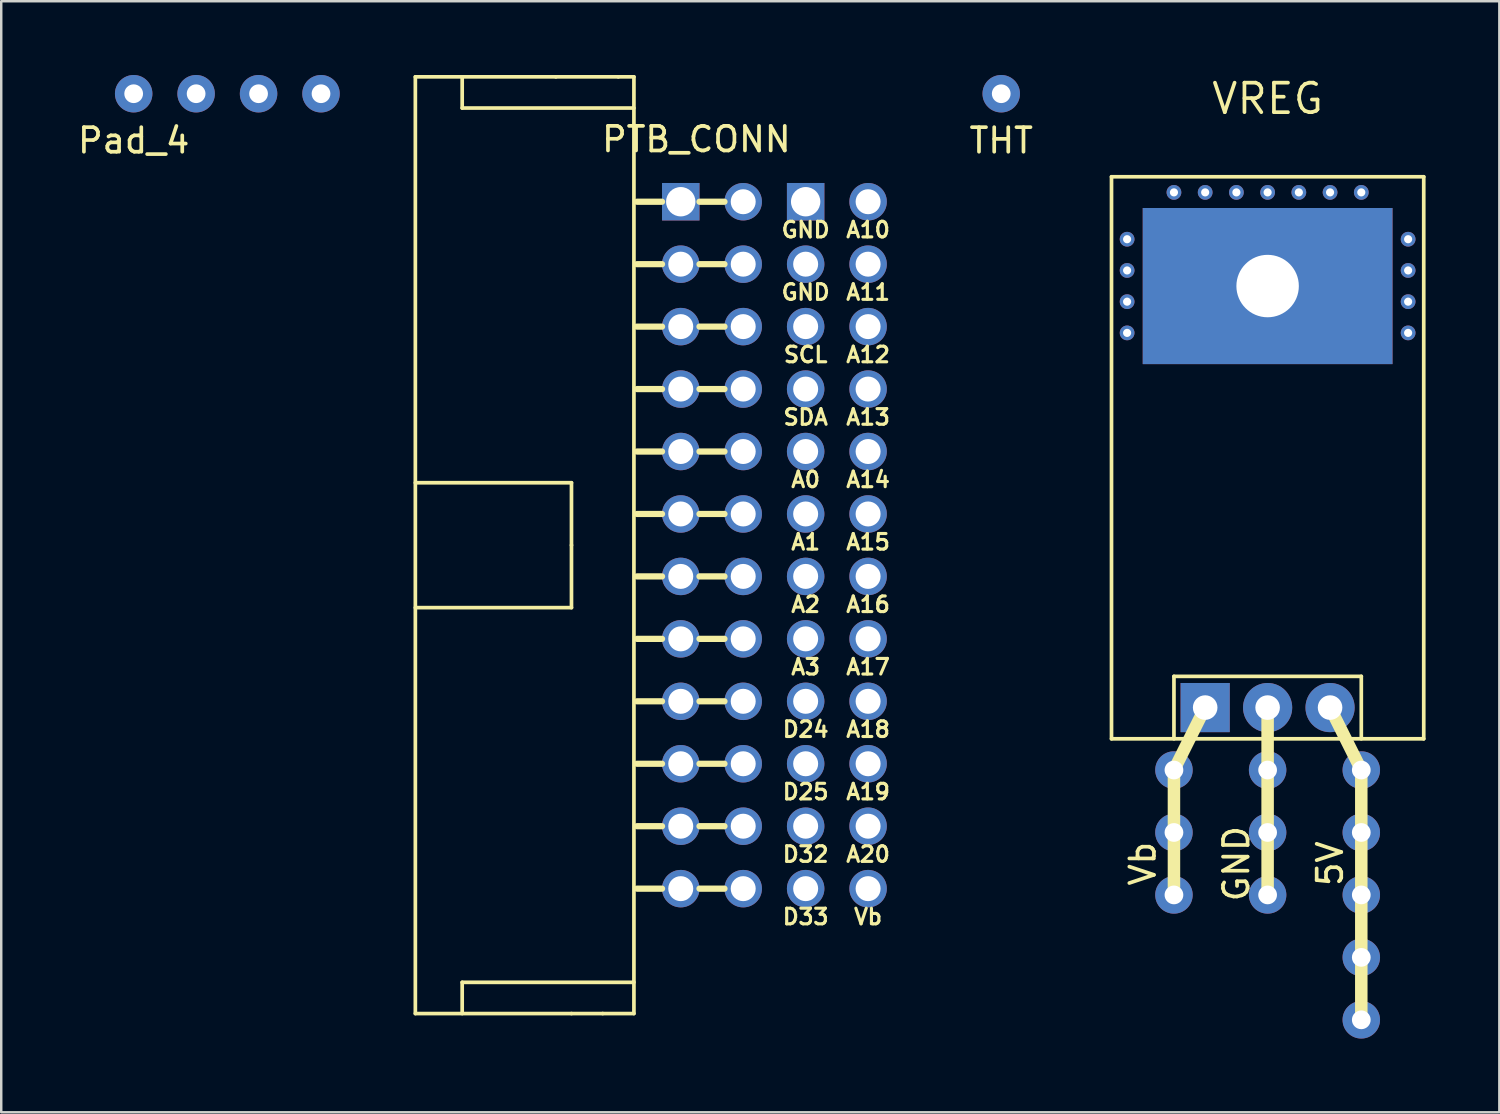
<source format=kicad_pcb>
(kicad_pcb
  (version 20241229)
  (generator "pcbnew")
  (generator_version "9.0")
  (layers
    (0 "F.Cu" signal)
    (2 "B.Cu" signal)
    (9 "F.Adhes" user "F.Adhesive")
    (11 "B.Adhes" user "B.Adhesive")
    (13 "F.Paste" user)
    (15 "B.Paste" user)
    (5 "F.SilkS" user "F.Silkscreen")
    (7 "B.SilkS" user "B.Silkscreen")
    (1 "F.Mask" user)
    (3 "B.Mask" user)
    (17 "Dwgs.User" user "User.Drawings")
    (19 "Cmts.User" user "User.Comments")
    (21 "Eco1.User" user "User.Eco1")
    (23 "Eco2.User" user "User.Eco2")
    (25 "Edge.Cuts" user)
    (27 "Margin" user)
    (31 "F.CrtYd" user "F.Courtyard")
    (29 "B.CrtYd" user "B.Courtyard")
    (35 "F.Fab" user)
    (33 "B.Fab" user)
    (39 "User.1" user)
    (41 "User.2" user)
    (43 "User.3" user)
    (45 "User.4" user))
  (footprint "PTB_CONN"
    (layer "F.Cu")
    (at 27.179 5.155)
    (property "Reference" "PTB_CONN" (at -1.905 -2.54 0) (layer "F.SilkS") (effects (font (size 1 1) (thickness 0.15))))
    (attr through_hole)
    (fp_line (start -13.335 -5.08) (end -7.62 -5.08) (stroke (width 0.15) (type solid)) (layer "F.SilkS"))
    (fp_line (start -13.335 33.02) (end -13.335 -5.08) (stroke (width 0.15) (type solid)) (layer "F.SilkS"))
    (fp_line (start -11.43 -5.08) (end -11.43 -3.81) (stroke (width 0.15) (type solid)) (layer "F.SilkS"))
    (fp_line (start -11.43 -3.81) (end -4.445 -3.81) (stroke (width 0.15) (type solid)) (layer "F.SilkS"))
    (fp_line (start -11.43 31.75) (end -11.43 33.02) (stroke (width 0.15) (type solid)) (layer "F.SilkS"))
    (fp_line (start -6.985 11.43) (end -13.335 11.43) (stroke (width 0.15) (type solid)) (layer "F.SilkS"))
    (fp_line (start -6.985 13.97) (end -6.985 11.43) (stroke (width 0.15) (type solid)) (layer "F.SilkS"))
    (fp_line (start -6.985 13.97) (end -6.985 16.51) (stroke (width 0.15) (type solid)) (layer "F.SilkS"))
    (fp_line (start -6.985 16.51) (end -13.335 16.51) (stroke (width 0.15) (type solid)) (layer "F.SilkS"))
    (fp_line (start -6.985 33.02) (end -13.335 33.02) (stroke (width 0.15) (type solid)) (layer "F.SilkS"))
    (fp_line (start -6.985 33.02) (end -5.715 33.02) (stroke (width 0.15) (type solid)) (layer "F.SilkS"))
    (fp_line (start -5.08 -5.08) (end -7.62 -5.08) (stroke (width 0.15) (type solid)) (layer "F.SilkS"))
    (fp_line (start -5.08 -5.08) (end -4.445 -5.08) (stroke (width 0.15) (type solid)) (layer "F.SilkS"))
    (fp_line (start -4.445 -5.08) (end -4.445 33.02) (stroke (width 0.15) (type solid)) (layer "F.SilkS"))
    (fp_line (start -4.445 31.75) (end -11.43 31.75) (stroke (width 0.15) (type solid)) (layer "F.SilkS"))
    (fp_line (start -4.445 33.02) (end -5.715 33.02) (stroke (width 0.15) (type solid)) (layer "F.SilkS"))
    (fp_line (start -4.318 0) (end -3.302 0) (stroke (width 0.254) (type solid)) (layer "F.SilkS"))
    (fp_line (start -4.318 2.54) (end -3.302 2.54) (stroke (width 0.254) (type solid)) (layer "F.SilkS"))
    (fp_line (start -4.318 5.08) (end -3.302 5.08) (stroke (width 0.254) (type solid)) (layer "F.SilkS"))
    (fp_line (start -4.318 7.62) (end -3.302 7.62) (stroke (width 0.254) (type solid)) (layer "F.SilkS"))
    (fp_line (start -4.318 10.16) (end -3.302 10.16) (stroke (width 0.254) (type solid)) (layer "F.SilkS"))
    (fp_line (start -4.318 12.7) (end -3.302 12.7) (stroke (width 0.254) (type solid)) (layer "F.SilkS"))
    (fp_line (start -4.318 15.24) (end -3.302 15.24) (stroke (width 0.254) (type solid)) (layer "F.SilkS"))
    (fp_line (start -4.318 17.78) (end -3.302 17.78) (stroke (width 0.254) (type solid)) (layer "F.SilkS"))
    (fp_line (start -4.318 20.32) (end -3.302 20.32) (stroke (width 0.254) (type solid)) (layer "F.SilkS"))
    (fp_line (start -4.318 22.86) (end -3.302 22.86) (stroke (width 0.254) (type solid)) (layer "F.SilkS"))
    (fp_line (start -4.318 25.4) (end -3.302 25.4) (stroke (width 0.254) (type solid)) (layer "F.SilkS"))
    (fp_line (start -4.318 27.94) (end -3.302 27.94) (stroke (width 0.254) (type solid)) (layer "F.SilkS"))
    (fp_line (start -1.778 0) (end -0.762 0) (stroke (width 0.254) (type solid)) (layer "F.SilkS"))
    (fp_line (start -1.778 2.54) (end -0.762 2.54) (stroke (width 0.254) (type solid)) (layer "F.SilkS"))
    (fp_line (start -1.778 5.08) (end -0.762 5.08) (stroke (width 0.254) (type solid)) (layer "F.SilkS"))
    (fp_line (start -1.778 7.62) (end -0.762 7.62) (stroke (width 0.254) (type solid)) (layer "F.SilkS"))
    (fp_line (start -1.778 10.16) (end -0.762 10.16) (stroke (width 0.254) (type solid)) (layer "F.SilkS"))
    (fp_line (start -1.778 12.7) (end -0.762 12.7) (stroke (width 0.254) (type solid)) (layer "F.SilkS"))
    (fp_line (start -1.778 15.24) (end -0.762 15.24) (stroke (width 0.254) (type solid)) (layer "F.SilkS"))
    (fp_line (start -1.778 17.78) (end -0.762 17.78) (stroke (width 0.254) (type solid)) (layer "F.SilkS"))
    (fp_line (start -1.778 20.32) (end -0.762 20.32) (stroke (width 0.254) (type solid)) (layer "F.SilkS"))
    (fp_line (start -1.778 22.86) (end -0.762 22.86) (stroke (width 0.254) (type solid)) (layer "F.SilkS"))
    (fp_line (start -1.778 25.4) (end -0.762 25.4) (stroke (width 0.254) (type solid)) (layer "F.SilkS"))
    (fp_line (start -1.778 27.94) (end -0.762 27.94) (stroke (width 0.254) (type solid)) (layer "F.SilkS"))
    (fp_text user "D25" (at 2.54 24.003 0) (layer "F.SilkS") (effects (font (size 0.635 0.635) (thickness 0.127))))
    (fp_text user "SDA" (at 2.54 8.763 0) (layer "F.SilkS") (effects (font (size 0.635 0.635) (thickness 0.127))))
    (fp_text user "D32" (at 2.54 26.543 0) (layer "F.SilkS") (effects (font (size 0.635 0.635) (thickness 0.127))))
    (fp_text user "A16" (at 5.08 16.383 0) (layer "F.SilkS") (effects (font (size 0.635 0.635) (thickness 0.127))))
    (fp_text user "SCL" (at 2.54 6.223 0) (layer "F.SilkS") (effects (font (size 0.635 0.635) (thickness 0.127))))
    (fp_text user "A10" (at 5.08 1.143 0) (layer "F.SilkS") (effects (font (size 0.635 0.635) (thickness 0.127))))
    (fp_text user "GND" (at 2.54 3.683 0) (layer "F.SilkS") (effects (font (size 0.635 0.635) (thickness 0.127))))
    (fp_text user "A19" (at 5.08 24.003 0) (layer "F.SilkS") (effects (font (size 0.635 0.635) (thickness 0.127))))
    (fp_text user "A2" (at 2.54 16.383 0) (layer "F.SilkS") (effects (font (size 0.635 0.635) (thickness 0.127))))
    (fp_text user "A12" (at 5.08 6.223 0) (layer "F.SilkS") (effects (font (size 0.635 0.635) (thickness 0.127))))
    (fp_text user "Vb" (at 5.08 29.083 0) (layer "F.SilkS") (effects (font (size 0.635 0.635) (thickness 0.127))))
    (fp_text user "A13" (at 5.08 8.763 0) (layer "F.SilkS") (effects (font (size 0.635 0.635) (thickness 0.127))))
    (fp_text user "GND" (at 2.54 1.143 0) (layer "F.SilkS") (effects (font (size 0.635 0.635) (thickness 0.127))))
    (fp_text user "A0" (at 2.54 11.303 0) (layer "F.SilkS") (effects (font (size 0.635 0.635) (thickness 0.127))))
    (fp_text user "A15" (at 5.08 13.843 0) (layer "F.SilkS") (effects (font (size 0.635 0.635) (thickness 0.127))))
    (fp_text user "A14" (at 5.08 11.303 0) (layer "F.SilkS") (effects (font (size 0.635 0.635) (thickness 0.127))))
    (fp_text user "A11" (at 5.08 3.683 0) (layer "F.SilkS") (effects (font (size 0.635 0.635) (thickness 0.127))))
    (fp_text user "A20" (at 5.08 26.543 0) (layer "F.SilkS") (effects (font (size 0.635 0.635) (thickness 0.127))))
    (fp_text user "A18" (at 5.08 21.463 0) (layer "F.SilkS") (effects (font (size 0.635 0.635) (thickness 0.127))))
    (fp_text user "A17" (at 5.08 18.923 0) (layer "F.SilkS") (effects (font (size 0.635 0.635) (thickness 0.127))))
    (fp_text user "A3" (at 2.54 18.923 0) (layer "F.SilkS") (effects (font (size 0.635 0.635) (thickness 0.127))))
    (fp_text user "D24" (at 2.54 21.463 0) (layer "F.SilkS") (effects (font (size 0.635 0.635) (thickness 0.127))))
    (fp_text user "D33" (at 2.54 29.083 0) (layer "F.SilkS") (effects (font (size 0.635 0.635) (thickness 0.127))))
    (fp_text user "A1" (at 2.54 13.843 0) (layer "F.SilkS") (effects (font (size 0.635 0.635) (thickness 0.127))))
    (pad "1" thru_hole rect (at -2.54 0) (size 1.524 1.524) (drill 1.194) (layers "*.Cu" "*.Mask"))
    (pad "1" thru_hole rect (at 2.54 0) (size 1.524 1.524) (drill 1.194) (layers "*.Cu" "*.Mask"))
    (pad "2" thru_hole circle (at -2.54 2.54) (size 1.524 1.524) (drill 1.016) (layers "*.Cu" "*.Mask"))
    (pad "2" thru_hole circle (at 2.54 2.54) (size 1.524 1.524) (drill 1.016) (layers "*.Cu" "*.Mask"))
    (pad "3" thru_hole circle (at -2.54 5.08) (size 1.524 1.524) (drill 1.016) (layers "*.Cu" "*.Mask"))
    (pad "3" thru_hole circle (at 2.54 5.08) (size 1.524 1.524) (drill 1.016) (layers "*.Cu" "*.Mask"))
    (pad "4" thru_hole circle (at -2.54 7.62) (size 1.524 1.524) (drill 1.016) (layers "*.Cu" "*.Mask"))
    (pad "4" thru_hole circle (at 2.54 7.62) (size 1.524 1.524) (drill 1.016) (layers "*.Cu" "*.Mask"))
    (pad "5" thru_hole circle (at -2.54 10.16) (size 1.524 1.524) (drill 1.016) (layers "*.Cu" "*.Mask"))
    (pad "5" thru_hole circle (at 2.54 10.16) (size 1.524 1.524) (drill 1.016) (layers "*.Cu" "*.Mask"))
    (pad "6" thru_hole circle (at -2.54 12.7) (size 1.524 1.524) (drill 1.016) (layers "*.Cu" "*.Mask"))
    (pad "6" thru_hole circle (at 2.54 12.7) (size 1.524 1.524) (drill 1.016) (layers "*.Cu" "*.Mask"))
    (pad "7" thru_hole circle (at -2.54 15.24) (size 1.524 1.524) (drill 1.016) (layers "*.Cu" "*.Mask"))
    (pad "7" thru_hole circle (at 2.54 15.24) (size 1.524 1.524) (drill 1.016) (layers "*.Cu" "*.Mask"))
    (pad "8" thru_hole circle (at -2.54 17.78) (size 1.524 1.524) (drill 1.016) (layers "*.Cu" "*.Mask"))
    (pad "8" thru_hole circle (at 2.54 17.78) (size 1.524 1.524) (drill 1.016) (layers "*.Cu" "*.Mask"))
    (pad "9" thru_hole circle (at -2.54 20.32) (size 1.524 1.524) (drill 1.016) (layers "*.Cu" "*.Mask"))
    (pad "9" thru_hole circle (at 2.54 20.32) (size 1.524 1.524) (drill 1.016) (layers "*.Cu" "*.Mask"))
    (pad "10" thru_hole circle (at -2.54 22.86) (size 1.524 1.524) (drill 1.016) (layers "*.Cu" "*.Mask"))
    (pad "10" thru_hole circle (at 2.54 22.86) (size 1.524 1.524) (drill 1.016) (layers "*.Cu" "*.Mask"))
    (pad "11" thru_hole circle (at -2.54 25.4) (size 1.524 1.524) (drill 1.016) (layers "*.Cu" "*.Mask"))
    (pad "11" thru_hole circle (at 2.54 25.4) (size 1.524 1.524) (drill 1.016) (layers "*.Cu" "*.Mask"))
    (pad "12" thru_hole circle (at -2.54 27.94) (size 1.524 1.524) (drill 1.016) (layers "*.Cu" "*.Mask"))
    (pad "12" thru_hole circle (at 2.54 27.94) (size 1.524 1.524) (drill 1.016) (layers "*.Cu" "*.Mask"))
    (pad "13" thru_hole circle (at 0 27.94) (size 1.524 1.524) (drill 1.016) (layers "*.Cu" "*.Mask"))
    (pad "13" thru_hole circle (at 5.08 27.94) (size 1.524 1.524) (drill 1.016) (layers "*.Cu" "*.Mask"))
    (pad "14" thru_hole circle (at 0 25.4) (size 1.524 1.524) (drill 1.016) (layers "*.Cu" "*.Mask"))
    (pad "14" thru_hole circle (at 5.08 25.4) (size 1.524 1.524) (drill 1.016) (layers "*.Cu" "*.Mask"))
    (pad "15" thru_hole circle (at 0 22.86) (size 1.524 1.524) (drill 1.016) (layers "*.Cu" "*.Mask"))
    (pad "15" thru_hole circle (at 5.08 22.86) (size 1.524 1.524) (drill 1.016) (layers "*.Cu" "*.Mask"))
    (pad "16" thru_hole circle (at 0 20.32) (size 1.524 1.524) (drill 1.016) (layers "*.Cu" "*.Mask"))
    (pad "16" thru_hole circle (at 5.08 20.32) (size 1.524 1.524) (drill 1.016) (layers "*.Cu" "*.Mask"))
    (pad "17" thru_hole circle (at 0 17.78) (size 1.524 1.524) (drill 1.016) (layers "*.Cu" "*.Mask"))
    (pad "17" thru_hole circle (at 5.08 17.78) (size 1.524 1.524) (drill 1.016) (layers "*.Cu" "*.Mask"))
    (pad "18" thru_hole circle (at 0 15.24) (size 1.524 1.524) (drill 1.016) (layers "*.Cu" "*.Mask"))
    (pad "18" thru_hole circle (at 5.08 15.24) (size 1.524 1.524) (drill 1.016) (layers "*.Cu" "*.Mask"))
    (pad "19" thru_hole circle (at 0 12.7) (size 1.524 1.524) (drill 1.016) (layers "*.Cu" "*.Mask"))
    (pad "19" thru_hole circle (at 5.08 12.7) (size 1.524 1.524) (drill 1.016) (layers "*.Cu" "*.Mask"))
    (pad "20" thru_hole circle (at 0 10.16) (size 1.524 1.524) (drill 1.016) (layers "*.Cu" "*.Mask"))
    (pad "20" thru_hole circle (at 5.08 10.16) (size 1.524 1.524) (drill 1.016) (layers "*.Cu" "*.Mask"))
    (pad "21" thru_hole circle (at 0 7.62) (size 1.524 1.524) (drill 1.016) (layers "*.Cu" "*.Mask"))
    (pad "21" thru_hole circle (at 5.08 7.62) (size 1.524 1.524) (drill 1.016) (layers "*.Cu" "*.Mask"))
    (pad "22" thru_hole circle (at 0 5.08) (size 1.524 1.524) (drill 1.016) (layers "*.Cu" "*.Mask"))
    (pad "22" thru_hole circle (at 5.08 5.08) (size 1.524 1.524) (drill 1.016) (layers "*.Cu" "*.Mask"))
    (pad "23" thru_hole circle (at 0 2.54) (size 1.524 1.524) (drill 1.016) (layers "*.Cu" "*.Mask"))
    (pad "23" thru_hole circle (at 5.08 2.54) (size 1.524 1.524) (drill 1.016) (layers "*.Cu" "*.Mask"))
    (pad "24" thru_hole circle (at 0 0) (size 1.524 1.524) (drill 1.016) (layers "*.Cu" "*.Mask"))
    (pad "24" thru_hole circle (at 5.08 0) (size 1.524 1.524) (drill 1.016) (layers "*.Cu" "*.Mask")))
  (footprint "VREG"
    (layer "F.Cu")
    (at 48.509 25.73)
    (property "Reference" "VREG" (at 0 -24.765 0) (layer "F.SilkS") (effects (font (size 1.2 1.2) (thickness 0.15))))
    (attr through_hole)
    (fp_line (start -6.35 -21.59) (end 6.35 -21.59) (stroke (width 0.15) (type solid)) (layer "F.SilkS"))
    (fp_line (start -6.35 1.27) (end -6.35 -21.59) (stroke (width 0.15) (type solid)) (layer "F.SilkS"))
    (fp_line (start -3.81 -1.27) (end -3.81 1.27) (stroke (width 0.15) (type solid)) (layer "F.SilkS"))
    (fp_line (start -3.81 -1.27) (end 3.81 -1.27) (stroke (width 0.15) (type solid)) (layer "F.SilkS"))
    (fp_line (start -3.81 2.54) (end -3.81 7.62) (stroke (width 0.508) (type solid)) (layer "F.SilkS"))
    (fp_line (start -2.54 0) (end -3.81 2.54) (stroke (width 0.508) (type solid)) (layer "F.SilkS"))
    (fp_line (start 0 0) (end 0 7.62) (stroke (width 0.508) (type solid)) (layer "F.SilkS"))
    (fp_line (start 2.54 0) (end 3.81 2.54) (stroke (width 0.508) (type solid)) (layer "F.SilkS"))
    (fp_line (start 3.81 -1.27) (end 3.81 1.27) (stroke (width 0.15) (type solid)) (layer "F.SilkS"))
    (fp_line (start 3.81 2.54) (end 3.81 12.7) (stroke (width 0.508) (type solid)) (layer "F.SilkS"))
    (fp_line (start 6.35 -21.59) (end 6.35 1.27) (stroke (width 0.15) (type solid)) (layer "F.SilkS"))
    (fp_line (start 6.35 1.27) (end -6.35 1.27) (stroke (width 0.15) (type solid)) (layer "F.SilkS"))
    (fp_text user "5V" (at 2.54 6.35 90) (layer "F.SilkS") (effects (font (size 1 1) (thickness 0.15))))
    (fp_text user "GND" (at -1.27 6.35 90) (layer "F.SilkS") (effects (font (size 1 1) (thickness 0.15))))
    (fp_text user "Vb" (at -5.08 6.35 90) (layer "F.SilkS") (effects (font (size 1 1) (thickness 0.15))))
    (pad "1" thru_hole circle (at -3.81 2.54) (size 1.524 1.524) (drill 0.762) (layers "*.Cu" "*.Mask"))
    (pad "1" thru_hole circle (at -3.81 5.08) (size 1.524 1.524) (drill 0.762) (layers "*.Cu" "*.Mask"))
    (pad "1" thru_hole circle (at -3.81 7.62) (size 1.524 1.524) (drill 0.762) (layers "*.Cu" "*.Mask"))
    (pad "1" thru_hole rect (at -2.54 0) (size 2 2) (drill 1) (layers "*.Cu" "*.Mask"))
    (pad "2" thru_hole circle (at -5.715 -19.05) (size 0.6 0.6) (drill 0.33) (layers "*.Cu" "*.Mask"))
    (pad "2" thru_hole circle (at -5.715 -17.78) (size 0.6 0.6) (drill 0.33) (layers "*.Cu" "*.Mask"))
    (pad "2" thru_hole circle (at -5.715 -16.51) (size 0.6 0.6) (drill 0.33) (layers "*.Cu" "*.Mask"))
    (pad "2" thru_hole circle (at -5.715 -15.24) (size 0.6 0.6) (drill 0.33) (layers "*.Cu" "*.Mask"))
    (pad "2" thru_hole circle (at -3.81 -20.955) (size 0.6 0.6) (drill 0.33) (layers "*.Cu" "*.Mask"))
    (pad "2" thru_hole circle (at -2.54 -20.955) (size 0.6 0.6) (drill 0.33) (layers "*.Cu" "*.Mask"))
    (pad "2" thru_hole circle (at -1.27 -20.955) (size 0.6 0.6) (drill 0.33) (layers "*.Cu" "*.Mask"))
    (pad "2" thru_hole circle (at 0 -20.955) (size 0.6 0.6) (drill 0.33) (layers "*.Cu" "*.Mask"))
    (pad "2" thru_hole rect (at 0 -17.145) (size 10.16 6.35) (drill 2.54) (layers "*.Cu" "*.Mask"))
    (pad "2" thru_hole circle (at 0 0) (size 2 2) (drill 1) (layers "*.Cu" "*.Mask"))
    (pad "2" thru_hole circle (at 0 2.54) (size 1.524 1.524) (drill 0.762) (layers "*.Cu" "*.Mask"))
    (pad "2" thru_hole circle (at 0 5.08) (size 1.524 1.524) (drill 0.762) (layers "*.Cu" "*.Mask"))
    (pad "2" thru_hole circle (at 0 7.62) (size 1.524 1.524) (drill 0.762) (layers "*.Cu" "*.Mask"))
    (pad "2" thru_hole circle (at 1.27 -20.955) (size 0.6 0.6) (drill 0.33) (layers "*.Cu" "*.Mask"))
    (pad "2" thru_hole circle (at 2.54 -20.955) (size 0.6 0.6) (drill 0.33) (layers "*.Cu" "*.Mask"))
    (pad "2" thru_hole circle (at 3.81 -20.955) (size 0.6 0.6) (drill 0.33) (layers "*.Cu" "*.Mask"))
    (pad "2" thru_hole circle (at 5.715 -19.05) (size 0.6 0.6) (drill 0.33) (layers "*.Cu" "*.Mask"))
    (pad "2" thru_hole circle (at 5.715 -17.78) (size 0.6 0.6) (drill 0.33) (layers "*.Cu" "*.Mask"))
    (pad "2" thru_hole circle (at 5.715 -16.51) (size 0.6 0.6) (drill 0.33) (layers "*.Cu" "*.Mask"))
    (pad "2" thru_hole circle (at 5.715 -15.24) (size 0.6 0.6) (drill 0.33) (layers "*.Cu" "*.Mask"))
    (pad "3" thru_hole circle (at 2.54 0) (size 2 2) (drill 1) (layers "*.Cu" "*.Mask"))
    (pad "3" thru_hole circle (at 3.81 2.54) (size 1.524 1.524) (drill 0.762) (layers "*.Cu" "*.Mask"))
    (pad "3" thru_hole circle (at 3.81 5.08) (size 1.524 1.524) (drill 0.762) (layers "*.Cu" "*.Mask"))
    (pad "3" thru_hole circle (at 3.81 7.62) (size 1.524 1.524) (drill 0.762) (layers "*.Cu" "*.Mask"))
    (pad "3" thru_hole circle (at 3.81 10.16) (size 1.524 1.524) (drill 0.762) (layers "*.Cu" "*.Mask"))
    (pad "3" thru_hole circle (at 3.81 12.7) (size 1.524 1.524) (drill 0.762) (layers "*.Cu" "*.Mask")))
  (footprint "Pad_4"
    (layer "F.Cu")
    (at 2.387 0.762)
    (property "Reference" "Pad_4" (at 0 1.905 0) (layer "F.SilkS") (effects (font (size 1 1) (thickness 0.15))))
    (attr through_hole)
    (pad "1" thru_hole circle (at 0 0) (size 1.524 1.524) (drill 0.762) (layers "*.Cu" "*.Mask"))
    (pad "1" thru_hole circle (at 2.54 0) (size 1.524 1.524) (drill 0.762) (layers "*.Cu" "*.Mask"))
    (pad "1" thru_hole circle (at 5.08 0) (size 1.524 1.524) (drill 0.762) (layers "*.Cu" "*.Mask"))
    (pad "1" thru_hole circle (at 7.62 0) (size 1.524 1.524) (drill 0.762) (layers "*.Cu" "*.Mask")))
  (footprint "THT"
    (layer "F.Cu")
    (at 37.674 0.762)
    (property "Reference" "THT" (at 0 1.905 0) (layer "F.SilkS") (effects (font (size 1 1) (thickness 0.15))))
    (attr through_hole)
    (pad "1" thru_hole circle (at 0 0) (size 1.524 1.524) (drill 0.762) (layers "*.Cu" "*.Mask")))
  (gr_rect
    (start -3 -3)
    (end 57.934 42.192)
    (stroke (width 0.1) (type default))
    (fill no)
    (layer "Edge.Cuts")))
</source>
